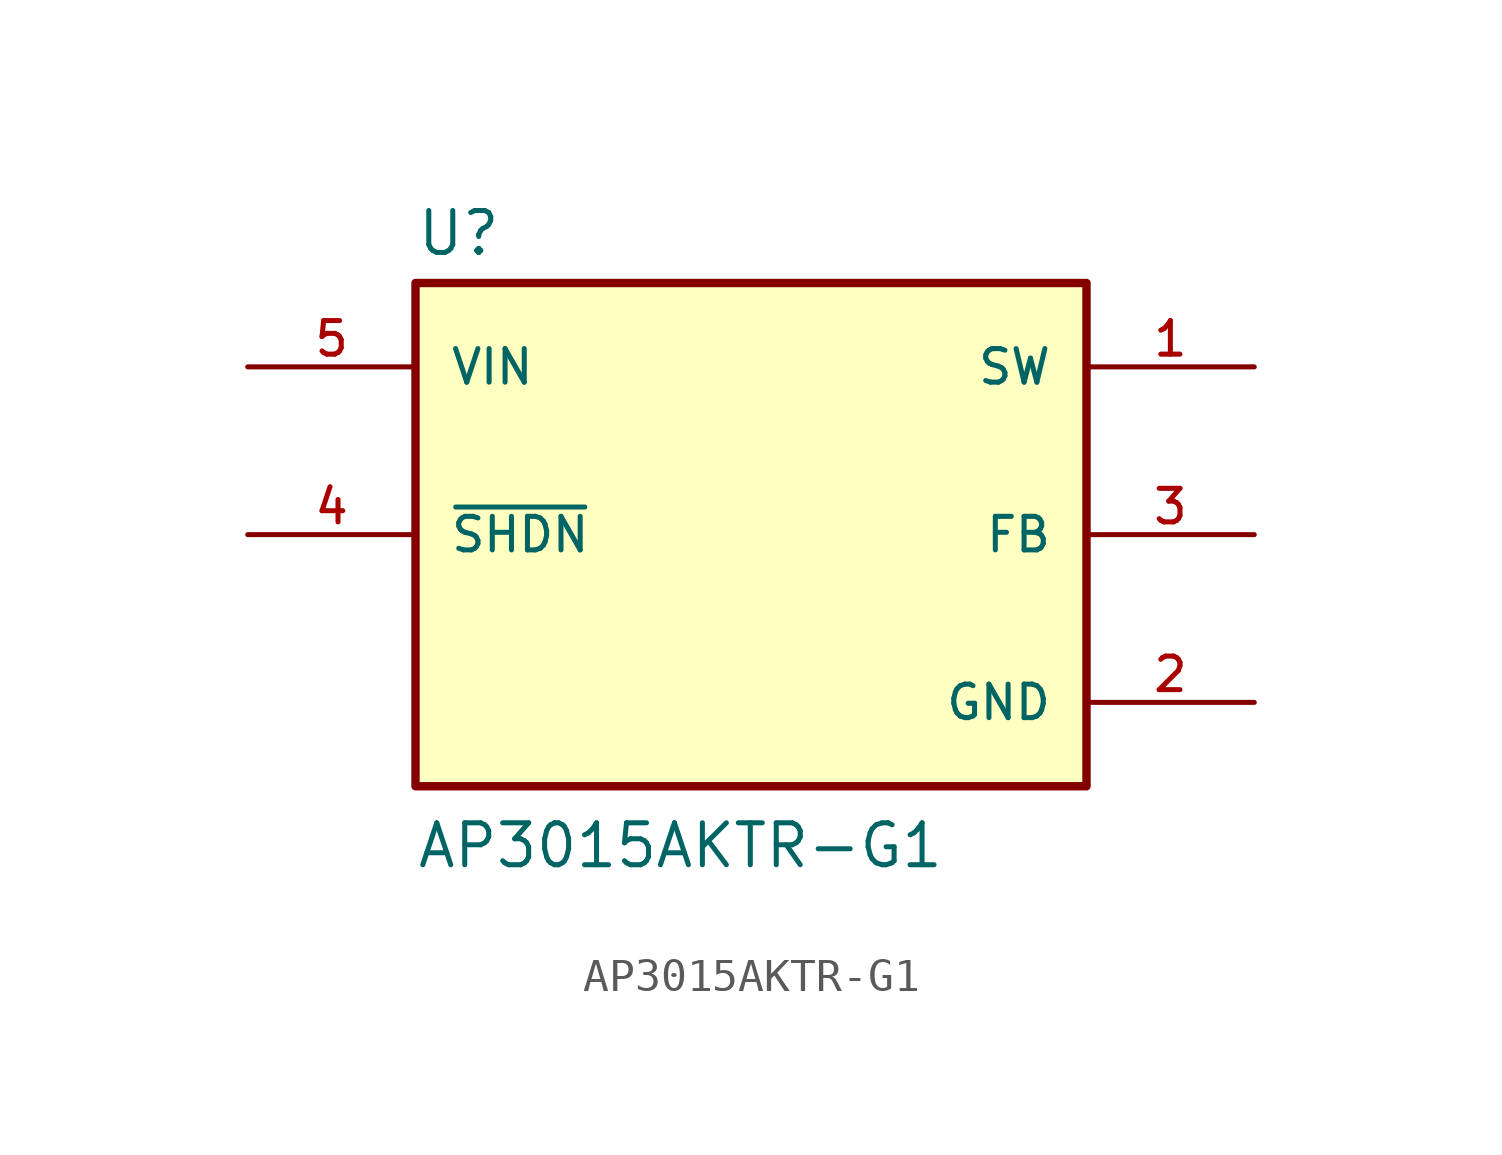
<source format=kicad_sym>
(kicad_symbol_lib
  (version 20211014)
  (generator kicad_symbol_editor)
  (symbol "AP3015AKTR-G1"
    (pin_names
      (offset 1.016))
    (property "Reference" "U"
      (at -10.16 8.382 0)
      (effects (font (size 1.27 1.27)) (justify bottom left)))
    (property "Value" "AP3015AKTR-G1"
      (at -10.16 -10.16 0)
      (effects (font (size 1.27 1.27)) (justify bottom left)))
    (symbol "AP3015AKTR-G1_0_0"
      (rectangle (start -10.16 -7.62) (end 10.16 7.62) (stroke (width 0.254)) (fill (type background)))
      (pin input line (at -15.24 5.08 0) (length 5.08) (name "VIN" (effects (font (size 1.016 1.016)))) (number "5" (effects (font (size 1.016 1.016)))))
      (pin input line (at 15.24 0.0 180.0) (length 5.08) (name "FB" (effects (font (size 1.016 1.016)))) (number "3" (effects (font (size 1.016 1.016)))))
      (pin input line (at -15.24 0.0 0) (length 5.08) (name "~{SHDN}" (effects (font (size 1.016 1.016)))) (number "4" (effects (font (size 1.016 1.016)))))
      (pin power_in line (at 15.24 -5.08 180.0) (length 5.08) (name "GND" (effects (font (size 1.016 1.016)))) (number "2" (effects (font (size 1.016 1.016)))))
      (pin output line (at 15.24 5.08 180.0) (length 5.08) (name "SW" (effects (font (size 1.016 1.016)))) (number "1" (effects (font (size 1.016 1.016))))))))
</source>
